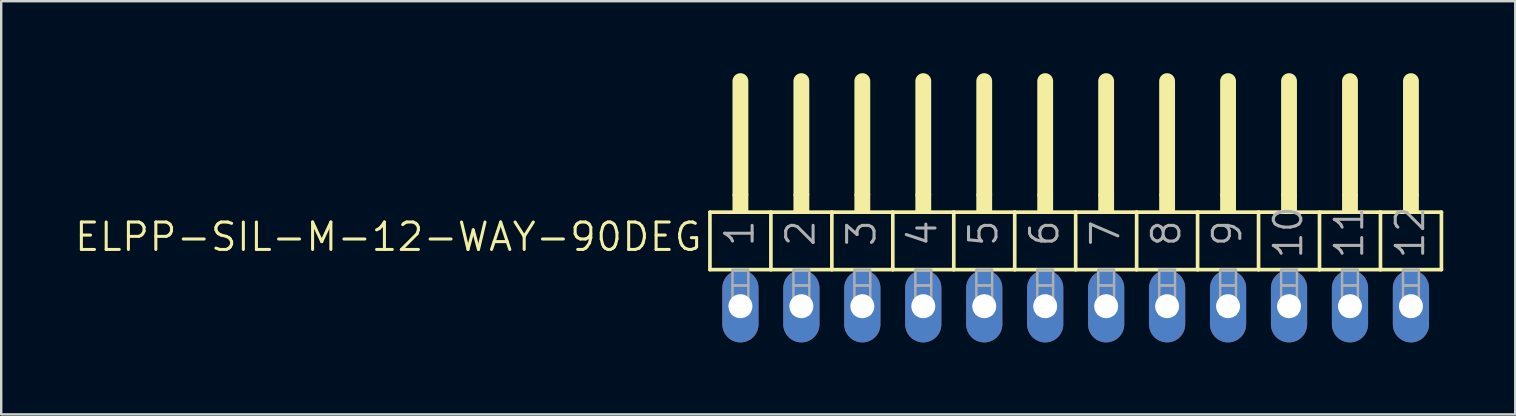
<source format=kicad_pcb>
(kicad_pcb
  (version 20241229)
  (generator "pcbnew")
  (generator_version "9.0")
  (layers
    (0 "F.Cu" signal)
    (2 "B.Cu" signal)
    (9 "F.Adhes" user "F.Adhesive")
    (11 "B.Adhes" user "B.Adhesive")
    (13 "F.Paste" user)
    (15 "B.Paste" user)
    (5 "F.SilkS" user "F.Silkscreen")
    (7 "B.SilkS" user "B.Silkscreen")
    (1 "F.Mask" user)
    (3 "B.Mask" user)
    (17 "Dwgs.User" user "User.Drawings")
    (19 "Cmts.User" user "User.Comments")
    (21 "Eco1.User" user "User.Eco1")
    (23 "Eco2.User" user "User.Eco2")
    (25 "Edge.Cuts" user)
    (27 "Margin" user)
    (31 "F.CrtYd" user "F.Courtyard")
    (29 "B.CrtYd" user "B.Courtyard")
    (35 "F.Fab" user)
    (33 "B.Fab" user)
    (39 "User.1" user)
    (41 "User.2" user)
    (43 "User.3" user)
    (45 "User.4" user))
  (footprint "ELPP-SIL-M-12-WAY-90DEG"
    (layer "F.Cu")
    (at 41.772 9.709)
    (property "Reference" "ELPP-SIL-M-12-WAY-90DEG" (at -15.494 -3.556 0) (unlocked yes) (layer "F.SilkS") (effects (font (size 1.143 1.143) (thickness 0.127)) (justify right top)))
    (fp_line (start -15.24 -3.918) (end -12.7 -3.918) (stroke (width 0.152) (type solid)) (layer "F.SilkS"))
    (fp_line (start -15.24 -1.524) (end -15.24 -3.918) (stroke (width 0.152) (type solid)) (layer "F.SilkS"))
    (fp_line (start -13.97 -4.68) (end -13.97 -9.379) (stroke (width 0.66) (type solid)) (layer "F.SilkS"))
    (fp_line (start -12.7 -3.918) (end -10.16 -3.918) (stroke (width 0.152) (type solid)) (layer "F.SilkS"))
    (fp_line (start -12.7 -1.524) (end -15.24 -1.524) (stroke (width 0.152) (type solid)) (layer "F.SilkS"))
    (fp_line (start -12.7 -1.524) (end -12.7 -3.918) (stroke (width 0.152) (type solid)) (layer "F.SilkS"))
    (fp_line (start -12.7 -1.524) (end -10.16 -1.524) (stroke (width 0.152) (type solid)) (layer "F.SilkS"))
    (fp_line (start -11.43 -4.68) (end -11.43 -9.379) (stroke (width 0.66) (type solid)) (layer "F.SilkS"))
    (fp_line (start -10.16 -3.918) (end -7.62 -3.918) (stroke (width 0.152) (type solid)) (layer "F.SilkS"))
    (fp_line (start -10.16 -1.524) (end -10.16 -3.918) (stroke (width 0.152) (type solid)) (layer "F.SilkS"))
    (fp_line (start -8.89 -4.68) (end -8.89 -9.379) (stroke (width 0.66) (type solid)) (layer "F.SilkS"))
    (fp_line (start -7.62 -3.918) (end -5.08 -3.918) (stroke (width 0.152) (type solid)) (layer "F.SilkS"))
    (fp_line (start -7.62 -1.524) (end -10.16 -1.524) (stroke (width 0.152) (type solid)) (layer "F.SilkS"))
    (fp_line (start -7.62 -1.524) (end -7.62 -3.918) (stroke (width 0.152) (type solid)) (layer "F.SilkS"))
    (fp_line (start -6.35 -4.68) (end -6.35 -9.379) (stroke (width 0.66) (type solid)) (layer "F.SilkS"))
    (fp_line (start -5.08 -3.918) (end -2.54 -3.918) (stroke (width 0.152) (type solid)) (layer "F.SilkS"))
    (fp_line (start -5.08 -1.524) (end -7.62 -1.524) (stroke (width 0.152) (type solid)) (layer "F.SilkS"))
    (fp_line (start -5.08 -1.524) (end -5.08 -3.918) (stroke (width 0.152) (type solid)) (layer "F.SilkS"))
    (fp_line (start -3.81 -4.68) (end -3.81 -9.379) (stroke (width 0.66) (type solid)) (layer "F.SilkS"))
    (fp_line (start -2.54 -3.918) (end 0 -3.918) (stroke (width 0.152) (type solid)) (layer "F.SilkS"))
    (fp_line (start -2.54 -1.524) (end -5.08 -1.524) (stroke (width 0.152) (type solid)) (layer "F.SilkS"))
    (fp_line (start -2.54 -1.524) (end -2.54 -3.918) (stroke (width 0.152) (type solid)) (layer "F.SilkS"))
    (fp_line (start -1.27 -4.68) (end -1.27 -9.379) (stroke (width 0.66) (type solid)) (layer "F.SilkS"))
    (fp_line (start 0 -3.918) (end 2.54 -3.918) (stroke (width 0.152) (type solid)) (layer "F.SilkS"))
    (fp_line (start 0 -1.524) (end -2.54 -1.524) (stroke (width 0.152) (type solid)) (layer "F.SilkS"))
    (fp_line (start 0 -1.524) (end 0 -3.918) (stroke (width 0.152) (type solid)) (layer "F.SilkS"))
    (fp_line (start 0 -1.524) (end 2.54 -1.524) (stroke (width 0.152) (type solid)) (layer "F.SilkS"))
    (fp_line (start 1.27 -4.68) (end 1.27 -9.379) (stroke (width 0.66) (type solid)) (layer "F.SilkS"))
    (fp_line (start 2.54 -3.918) (end 5.08 -3.918) (stroke (width 0.152) (type solid)) (layer "F.SilkS"))
    (fp_line (start 2.54 -1.524) (end 2.54 -3.918) (stroke (width 0.152) (type solid)) (layer "F.SilkS"))
    (fp_line (start 3.81 -4.68) (end 3.81 -9.379) (stroke (width 0.66) (type solid)) (layer "F.SilkS"))
    (fp_line (start 5.08 -3.918) (end 7.62 -3.918) (stroke (width 0.152) (type solid)) (layer "F.SilkS"))
    (fp_line (start 5.08 -1.524) (end 2.54 -1.524) (stroke (width 0.152) (type solid)) (layer "F.SilkS"))
    (fp_line (start 5.08 -1.524) (end 5.08 -3.918) (stroke (width 0.152) (type solid)) (layer "F.SilkS"))
    (fp_line (start 6.35 -4.68) (end 6.35 -9.379) (stroke (width 0.66) (type solid)) (layer "F.SilkS"))
    (fp_line (start 7.62 -3.918) (end 10.16 -3.918) (stroke (width 0.152) (type solid)) (layer "F.SilkS"))
    (fp_line (start 7.62 -1.524) (end 5.08 -1.524) (stroke (width 0.152) (type solid)) (layer "F.SilkS"))
    (fp_line (start 7.62 -1.524) (end 7.62 -3.918) (stroke (width 0.152) (type solid)) (layer "F.SilkS"))
    (fp_line (start 8.89 -4.68) (end 8.89 -9.379) (stroke (width 0.66) (type solid)) (layer "F.SilkS"))
    (fp_line (start 10.16 -3.918) (end 12.7 -3.918) (stroke (width 0.152) (type solid)) (layer "F.SilkS"))
    (fp_line (start 10.16 -1.524) (end 7.62 -1.524) (stroke (width 0.152) (type solid)) (layer "F.SilkS"))
    (fp_line (start 10.16 -1.524) (end 10.16 -3.918) (stroke (width 0.152) (type solid)) (layer "F.SilkS"))
    (fp_line (start 11.43 -4.68) (end 11.43 -9.379) (stroke (width 0.66) (type solid)) (layer "F.SilkS"))
    (fp_line (start 12.7 -3.918) (end 15.24 -3.918) (stroke (width 0.152) (type solid)) (layer "F.SilkS"))
    (fp_line (start 12.7 -1.524) (end 10.16 -1.524) (stroke (width 0.152) (type solid)) (layer "F.SilkS"))
    (fp_line (start 12.7 -1.524) (end 12.7 -3.918) (stroke (width 0.152) (type solid)) (layer "F.SilkS"))
    (fp_line (start 12.7 -1.524) (end 15.24 -1.524) (stroke (width 0.152) (type solid)) (layer "F.SilkS"))
    (fp_line (start 13.97 -4.68) (end 13.97 -9.379) (stroke (width 0.66) (type solid)) (layer "F.SilkS"))
    (fp_line (start 15.24 -1.524) (end 15.24 -3.918) (stroke (width 0.152) (type solid)) (layer "F.SilkS"))
    (fp_poly (pts (xy -14.3 -3.918) (xy -13.64 -3.918) (xy -13.64 -4.68) (xy -14.3 -4.68)) (stroke (width 0) (type default)) (fill yes) (layer "F.SilkS"))
    (fp_poly (pts (xy -11.76 -3.918) (xy -11.1 -3.918) (xy -11.1 -4.68) (xy -11.76 -4.68)) (stroke (width 0) (type default)) (fill yes) (layer "F.SilkS"))
    (fp_poly (pts (xy -9.22 -3.918) (xy -8.56 -3.918) (xy -8.56 -4.68) (xy -9.22 -4.68)) (stroke (width 0) (type default)) (fill yes) (layer "F.SilkS"))
    (fp_poly (pts (xy -6.68 -3.918) (xy -6.02 -3.918) (xy -6.02 -4.68) (xy -6.68 -4.68)) (stroke (width 0) (type default)) (fill yes) (layer "F.SilkS"))
    (fp_poly (pts (xy -4.14 -3.918) (xy -3.48 -3.918) (xy -3.48 -4.68) (xy -4.14 -4.68)) (stroke (width 0) (type default)) (fill yes) (layer "F.SilkS"))
    (fp_poly (pts (xy -1.6 -3.918) (xy -0.94 -3.918) (xy -0.94 -4.68) (xy -1.6 -4.68)) (stroke (width 0) (type default)) (fill yes) (layer "F.SilkS"))
    (fp_poly (pts (xy 0.94 -3.918) (xy 1.6 -3.918) (xy 1.6 -4.68) (xy 0.94 -4.68)) (stroke (width 0) (type default)) (fill yes) (layer "F.SilkS"))
    (fp_poly (pts (xy 3.48 -3.918) (xy 4.14 -3.918) (xy 4.14 -4.68) (xy 3.48 -4.68)) (stroke (width 0) (type default)) (fill yes) (layer "F.SilkS"))
    (fp_poly (pts (xy 6.02 -3.918) (xy 6.68 -3.918) (xy 6.68 -4.68) (xy 6.02 -4.68)) (stroke (width 0) (type default)) (fill yes) (layer "F.SilkS"))
    (fp_poly (pts (xy 8.56 -3.918) (xy 9.22 -3.918) (xy 9.22 -4.68) (xy 8.56 -4.68)) (stroke (width 0) (type default)) (fill yes) (layer "F.SilkS"))
    (fp_poly (pts (xy 11.1 -3.918) (xy 11.76 -3.918) (xy 11.76 -4.68) (xy 11.1 -4.68)) (stroke (width 0) (type default)) (fill yes) (layer "F.SilkS"))
    (fp_poly (pts (xy 13.64 -3.918) (xy 14.3 -3.918) (xy 14.3 -4.68) (xy 13.64 -4.68)) (stroke (width 0) (type default)) (fill yes) (layer "F.SilkS"))
    (fp_poly (pts (xy -14.3 -0.864) (xy -13.64 -0.864) (xy -13.64 -1.524) (xy -14.3 -1.524)) (stroke (width 0.1) (type default)) (fill no) (layer "F.Fab"))
    (fp_poly (pts (xy -14.3 0.33) (xy -13.64 0.33) (xy -13.64 -0.864) (xy -14.3 -0.864)) (stroke (width 0.1) (type default)) (fill no) (layer "F.Fab"))
    (fp_poly (pts (xy -11.76 -0.864) (xy -11.1 -0.864) (xy -11.1 -1.524) (xy -11.76 -1.524)) (stroke (width 0.1) (type default)) (fill no) (layer "F.Fab"))
    (fp_poly (pts (xy -11.76 0.33) (xy -11.1 0.33) (xy -11.1 -0.864) (xy -11.76 -0.864)) (stroke (width 0.1) (type default)) (fill no) (layer "F.Fab"))
    (fp_poly (pts (xy -9.22 -0.864) (xy -8.56 -0.864) (xy -8.56 -1.524) (xy -9.22 -1.524)) (stroke (width 0.1) (type default)) (fill no) (layer "F.Fab"))
    (fp_poly (pts (xy -9.22 0.33) (xy -8.56 0.33) (xy -8.56 -0.864) (xy -9.22 -0.864)) (stroke (width 0.1) (type default)) (fill no) (layer "F.Fab"))
    (fp_poly (pts (xy -6.68 -0.864) (xy -6.02 -0.864) (xy -6.02 -1.524) (xy -6.68 -1.524)) (stroke (width 0.1) (type default)) (fill no) (layer "F.Fab"))
    (fp_poly (pts (xy -6.68 0.33) (xy -6.02 0.33) (xy -6.02 -0.864) (xy -6.68 -0.864)) (stroke (width 0.1) (type default)) (fill no) (layer "F.Fab"))
    (fp_poly (pts (xy -4.14 -0.864) (xy -3.48 -0.864) (xy -3.48 -1.524) (xy -4.14 -1.524)) (stroke (width 0.1) (type default)) (fill no) (layer "F.Fab"))
    (fp_poly (pts (xy -4.14 0.33) (xy -3.48 0.33) (xy -3.48 -0.864) (xy -4.14 -0.864)) (stroke (width 0.1) (type default)) (fill no) (layer "F.Fab"))
    (fp_poly (pts (xy -1.6 -0.864) (xy -0.94 -0.864) (xy -0.94 -1.524) (xy -1.6 -1.524)) (stroke (width 0.1) (type default)) (fill no) (layer "F.Fab"))
    (fp_poly (pts (xy -1.6 0.33) (xy -0.94 0.33) (xy -0.94 -0.864) (xy -1.6 -0.864)) (stroke (width 0.1) (type default)) (fill no) (layer "F.Fab"))
    (fp_poly (pts (xy 0.94 -0.864) (xy 1.6 -0.864) (xy 1.6 -1.524) (xy 0.94 -1.524)) (stroke (width 0.1) (type default)) (fill no) (layer "F.Fab"))
    (fp_poly (pts (xy 0.94 0.33) (xy 1.6 0.33) (xy 1.6 -0.864) (xy 0.94 -0.864)) (stroke (width 0.1) (type default)) (fill no) (layer "F.Fab"))
    (fp_poly (pts (xy 3.48 -0.864) (xy 4.14 -0.864) (xy 4.14 -1.524) (xy 3.48 -1.524)) (stroke (width 0.1) (type default)) (fill no) (layer "F.Fab"))
    (fp_poly (pts (xy 3.48 0.33) (xy 4.14 0.33) (xy 4.14 -0.864) (xy 3.48 -0.864)) (stroke (width 0.1) (type default)) (fill no) (layer "F.Fab"))
    (fp_poly (pts (xy 6.02 -0.864) (xy 6.68 -0.864) (xy 6.68 -1.524) (xy 6.02 -1.524)) (stroke (width 0.1) (type default)) (fill no) (layer "F.Fab"))
    (fp_poly (pts (xy 6.02 0.33) (xy 6.68 0.33) (xy 6.68 -0.864) (xy 6.02 -0.864)) (stroke (width 0.1) (type default)) (fill no) (layer "F.Fab"))
    (fp_poly (pts (xy 8.56 -0.864) (xy 9.22 -0.864) (xy 9.22 -1.524) (xy 8.56 -1.524)) (stroke (width 0.1) (type default)) (fill no) (layer "F.Fab"))
    (fp_poly (pts (xy 8.56 0.33) (xy 9.22 0.33) (xy 9.22 -0.864) (xy 8.56 -0.864)) (stroke (width 0.1) (type default)) (fill no) (layer "F.Fab"))
    (fp_poly (pts (xy 11.1 -0.864) (xy 11.76 -0.864) (xy 11.76 -1.524) (xy 11.1 -1.524)) (stroke (width 0.1) (type default)) (fill no) (layer "F.Fab"))
    (fp_poly (pts (xy 11.1 0.33) (xy 11.76 0.33) (xy 11.76 -0.864) (xy 11.1 -0.864)) (stroke (width 0.1) (type default)) (fill no) (layer "F.Fab"))
    (fp_poly (pts (xy 13.64 -0.864) (xy 14.3 -0.864) (xy 14.3 -1.524) (xy 13.64 -1.524)) (stroke (width 0.1) (type default)) (fill no) (layer "F.Fab"))
    (fp_poly (pts (xy 13.64 0.33) (xy 14.3 0.33) (xy 14.3 -0.864) (xy 13.64 -0.864)) (stroke (width 0.1) (type default)) (fill no) (layer "F.Fab"))
    (fp_text user "11" (at 12.065 -1.905 90) (layer "F.Fab") (effects (font (size 1.143 1.143) (thickness 0.127)) (justify left bottom)))
    (fp_text user "6" (at -0.635 -2.413 90) (layer "F.Fab") (effects (font (size 1.143 1.143) (thickness 0.127)) (justify left bottom)))
    (fp_text user "7" (at 1.905 -2.413 90) (layer "F.Fab") (effects (font (size 1.143 1.143) (thickness 0.127)) (justify left bottom)))
    (fp_text user "9" (at 6.985 -2.413 90) (layer "F.Fab") (effects (font (size 1.143 1.143) (thickness 0.127)) (justify left bottom)))
    (fp_text user "4" (at -5.715 -2.413 90) (layer "F.Fab") (effects (font (size 1.143 1.143) (thickness 0.127)) (justify left bottom)))
    (fp_text user "8" (at 4.445 -2.413 90) (layer "F.Fab") (effects (font (size 1.143 1.143) (thickness 0.127)) (justify left bottom)))
    (fp_text user "5" (at -3.175 -2.413 90) (layer "F.Fab") (effects (font (size 1.143 1.143) (thickness 0.127)) (justify left bottom)))
    (fp_text user "3" (at -8.255 -2.413 90) (layer "F.Fab") (effects (font (size 1.143 1.143) (thickness 0.127)) (justify left bottom)))
    (fp_text user "12" (at 14.605 -1.905 90) (layer "F.Fab") (effects (font (size 1.143 1.143) (thickness 0.127)) (justify left bottom)))
    (fp_text user "1" (at -13.335 -2.413 90) (layer "F.Fab") (effects (font (size 1.143 1.143) (thickness 0.127)) (justify left bottom)))
    (fp_text user "10" (at 9.525 -1.905 90) (layer "F.Fab") (effects (font (size 1.143 1.143) (thickness 0.127)) (justify left bottom)))
    (fp_text user "2" (at -10.795 -2.413 90) (layer "F.Fab") (effects (font (size 1.143 1.143) (thickness 0.127)) (justify left bottom)))
    (pad "1" thru_hole oval (at -13.97 0 90) (size 3.016 1.508) (drill 1) (layers "*.Cu" "*.Mask"))
    (pad "2" thru_hole oval (at -11.43 0 90) (size 3.016 1.508) (drill 1) (layers "*.Cu" "*.Mask"))
    (pad "3" thru_hole oval (at -8.89 0 90) (size 3.016 1.508) (drill 1) (layers "*.Cu" "*.Mask"))
    (pad "4" thru_hole oval (at -6.35 0 90) (size 3.016 1.508) (drill 1) (layers "*.Cu" "*.Mask"))
    (pad "5" thru_hole oval (at -3.81 0 90) (size 3.016 1.508) (drill 1) (layers "*.Cu" "*.Mask"))
    (pad "6" thru_hole oval (at -1.27 0 90) (size 3.016 1.508) (drill 1) (layers "*.Cu" "*.Mask"))
    (pad "7" thru_hole oval (at 1.27 0 90) (size 3.016 1.508) (drill 1) (layers "*.Cu" "*.Mask"))
    (pad "8" thru_hole oval (at 3.81 0 90) (size 3.016 1.508) (drill 1) (layers "*.Cu" "*.Mask"))
    (pad "9" thru_hole oval (at 6.35 0 90) (size 3.016 1.508) (drill 1) (layers "*.Cu" "*.Mask"))
    (pad "10" thru_hole oval (at 8.89 0 90) (size 3.016 1.508) (drill 1) (layers "*.Cu" "*.Mask"))
    (pad "11" thru_hole oval (at 11.43 0 90) (size 3.016 1.508) (drill 1) (layers "*.Cu" "*.Mask"))
    (pad "12" thru_hole oval (at 13.97 0 90) (size 3.016 1.508) (drill 1) (layers "*.Cu" "*.Mask")))
  (gr_rect
    (start -3 -3)
    (end 60.088 14.217)
    (stroke (width 0.1) (type default))
    (fill no)
    (layer "Edge.Cuts")))
</source>
